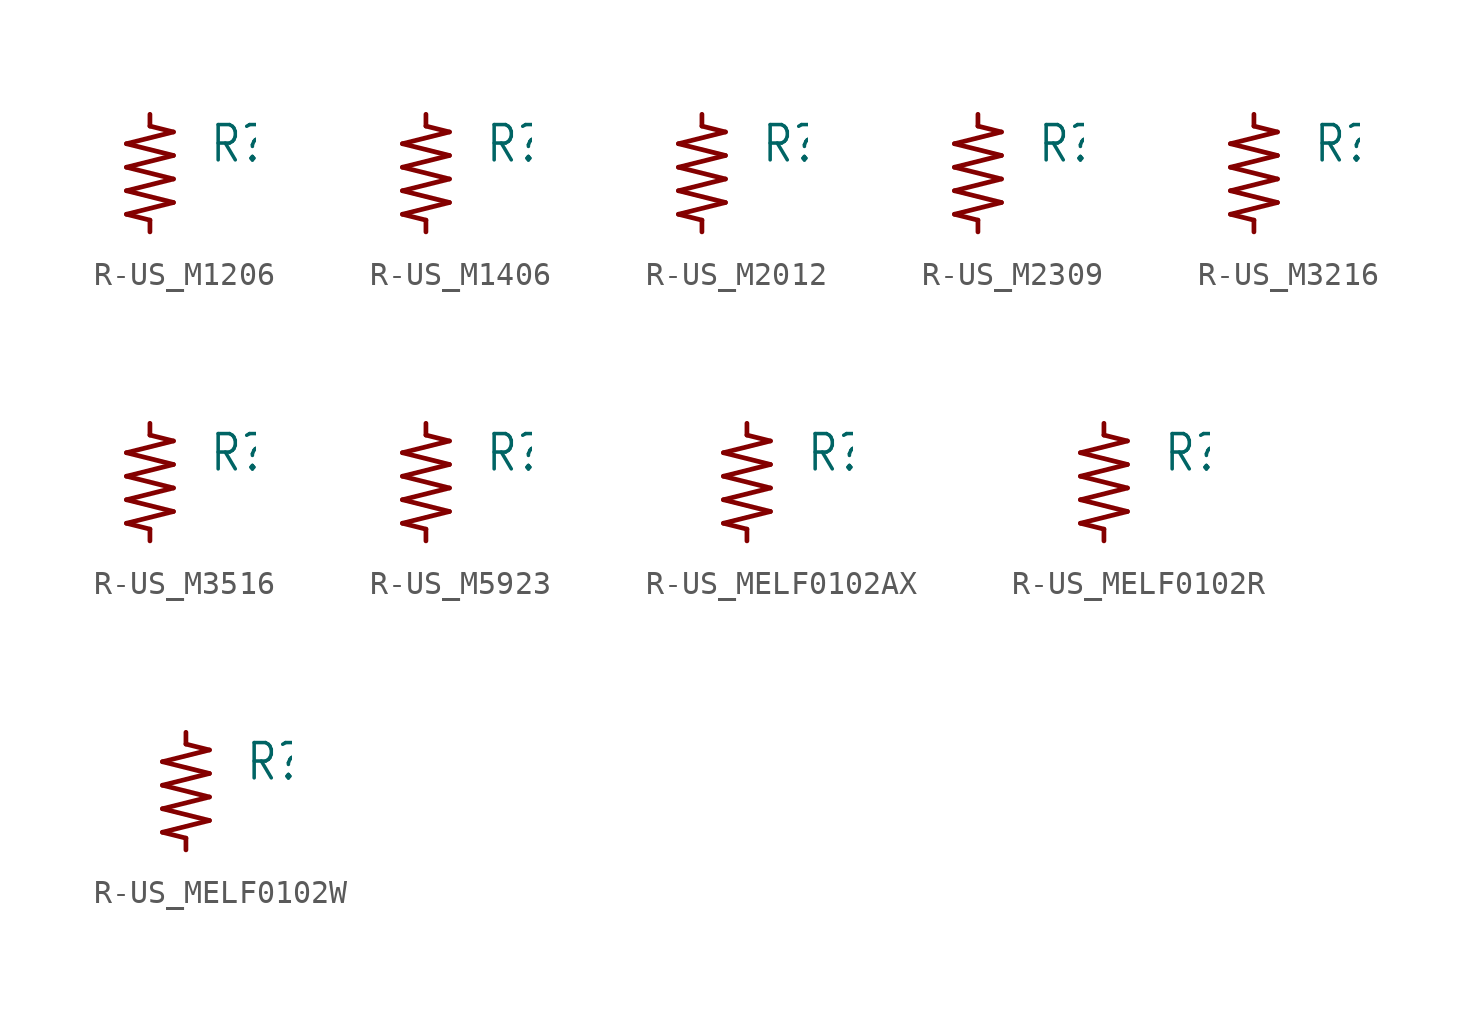
<source format=kicad_sym>
(kicad_symbol_lib
  (version 20220914)
  (generator kicad_symbol_editor)
  (symbol "R-US_M1206"
    (property "Reference" "R"
      (at 2.54 1.27 0)
      (effects (font (size 1.524 1.295)) (justify left)))
    (property "Value" ""
      (at 2.54 -1.27 0)
      (effects (font (size 1.524 1.295)) (justify left)))
    (property "ki_locked" ""
      (at 0 0 0)
      (effects (font (size 1.27 1.27))))
    (symbol "R-US_M1206_1_0"
      (polyline (pts (xy -1.016 -1.778) (xy 0 -2.032)) (stroke (width 0.203) (type solid)) (fill (type none)))
      (polyline (pts (xy -1.016 -0.762) (xy 1.016 -0.254)) (stroke (width 0.203) (type solid)) (fill (type none)))
      (polyline (pts (xy -1.016 0.254) (xy 1.016 0.762)) (stroke (width 0.203) (type solid)) (fill (type none)))
      (polyline (pts (xy -1.016 1.27) (xy 1.016 1.778)) (stroke (width 0.203) (type solid)) (fill (type none)))
      (polyline (pts (xy 0 -2.032) (xy 0 -2.54)) (stroke (width 0.203) (type solid)) (fill (type none)))
      (polyline (pts (xy 0 2.032) (xy 0 2.54)) (stroke (width 0.203) (type solid)) (fill (type none)))
      (polyline (pts (xy 1.016 -1.27) (xy -1.016 -1.778)) (stroke (width 0.203) (type solid)) (fill (type none)))
      (polyline (pts (xy 1.016 -1.27) (xy -1.016 -0.762)) (stroke (width 0.203) (type solid)) (fill (type none)))
      (polyline (pts (xy 1.016 -0.254) (xy -1.016 0.254)) (stroke (width 0.203) (type solid)) (fill (type none)))
      (polyline (pts (xy 1.016 0.762) (xy -1.016 1.27)) (stroke (width 0.203) (type solid)) (fill (type none)))
      (polyline (pts (xy 1.016 1.778) (xy 0 2.032)) (stroke (width 0.203) (type solid)) (fill (type none)))
      (pin passive line (at 0 -2.54 90) (length 0) (name "1" (effects (font (size 0 0)))) (number "1" (effects (font (size 0 0)))))
      (pin passive line (at 0 2.54 270) (length 0) (name "2" (effects (font (size 0 0)))) (number "2" (effects (font (size 0 0)))))))
  (symbol "R-US_M1406"
    (property "Reference" "R"
      (at 2.54 1.27 0)
      (effects (font (size 1.524 1.295)) (justify left)))
    (property "Value" ""
      (at 2.54 -1.27 0)
      (effects (font (size 1.524 1.295)) (justify left)))
    (property "ki_locked" ""
      (at 0 0 0)
      (effects (font (size 1.27 1.27))))
    (symbol "R-US_M1406_1_0"
      (polyline (pts (xy -1.016 -1.778) (xy 0 -2.032)) (stroke (width 0.203) (type solid)) (fill (type none)))
      (polyline (pts (xy -1.016 -0.762) (xy 1.016 -0.254)) (stroke (width 0.203) (type solid)) (fill (type none)))
      (polyline (pts (xy -1.016 0.254) (xy 1.016 0.762)) (stroke (width 0.203) (type solid)) (fill (type none)))
      (polyline (pts (xy -1.016 1.27) (xy 1.016 1.778)) (stroke (width 0.203) (type solid)) (fill (type none)))
      (polyline (pts (xy 0 -2.032) (xy 0 -2.54)) (stroke (width 0.203) (type solid)) (fill (type none)))
      (polyline (pts (xy 0 2.032) (xy 0 2.54)) (stroke (width 0.203) (type solid)) (fill (type none)))
      (polyline (pts (xy 1.016 -1.27) (xy -1.016 -1.778)) (stroke (width 0.203) (type solid)) (fill (type none)))
      (polyline (pts (xy 1.016 -1.27) (xy -1.016 -0.762)) (stroke (width 0.203) (type solid)) (fill (type none)))
      (polyline (pts (xy 1.016 -0.254) (xy -1.016 0.254)) (stroke (width 0.203) (type solid)) (fill (type none)))
      (polyline (pts (xy 1.016 0.762) (xy -1.016 1.27)) (stroke (width 0.203) (type solid)) (fill (type none)))
      (polyline (pts (xy 1.016 1.778) (xy 0 2.032)) (stroke (width 0.203) (type solid)) (fill (type none)))
      (pin passive line (at 0 -2.54 90) (length 0) (name "1" (effects (font (size 0 0)))) (number "1" (effects (font (size 0 0)))))
      (pin passive line (at 0 2.54 270) (length 0) (name "2" (effects (font (size 0 0)))) (number "2" (effects (font (size 0 0)))))))
  (symbol "R-US_M2012"
    (property "Reference" "R"
      (at 2.54 1.27 0)
      (effects (font (size 1.524 1.295)) (justify left)))
    (property "Value" ""
      (at 2.54 -1.27 0)
      (effects (font (size 1.524 1.295)) (justify left)))
    (property "ki_locked" ""
      (at 0 0 0)
      (effects (font (size 1.27 1.27))))
    (symbol "R-US_M2012_1_0"
      (polyline (pts (xy -1.016 -1.778) (xy 0 -2.032)) (stroke (width 0.203) (type solid)) (fill (type none)))
      (polyline (pts (xy -1.016 -0.762) (xy 1.016 -0.254)) (stroke (width 0.203) (type solid)) (fill (type none)))
      (polyline (pts (xy -1.016 0.254) (xy 1.016 0.762)) (stroke (width 0.203) (type solid)) (fill (type none)))
      (polyline (pts (xy -1.016 1.27) (xy 1.016 1.778)) (stroke (width 0.203) (type solid)) (fill (type none)))
      (polyline (pts (xy 0 -2.032) (xy 0 -2.54)) (stroke (width 0.203) (type solid)) (fill (type none)))
      (polyline (pts (xy 0 2.032) (xy 0 2.54)) (stroke (width 0.203) (type solid)) (fill (type none)))
      (polyline (pts (xy 1.016 -1.27) (xy -1.016 -1.778)) (stroke (width 0.203) (type solid)) (fill (type none)))
      (polyline (pts (xy 1.016 -1.27) (xy -1.016 -0.762)) (stroke (width 0.203) (type solid)) (fill (type none)))
      (polyline (pts (xy 1.016 -0.254) (xy -1.016 0.254)) (stroke (width 0.203) (type solid)) (fill (type none)))
      (polyline (pts (xy 1.016 0.762) (xy -1.016 1.27)) (stroke (width 0.203) (type solid)) (fill (type none)))
      (polyline (pts (xy 1.016 1.778) (xy 0 2.032)) (stroke (width 0.203) (type solid)) (fill (type none)))
      (pin passive line (at 0 -2.54 90) (length 0) (name "1" (effects (font (size 0 0)))) (number "1" (effects (font (size 0 0)))))
      (pin passive line (at 0 2.54 270) (length 0) (name "2" (effects (font (size 0 0)))) (number "2" (effects (font (size 0 0)))))))
  (symbol "R-US_M2309"
    (property "Reference" "R"
      (at 2.54 1.27 0)
      (effects (font (size 1.524 1.295)) (justify left)))
    (property "Value" ""
      (at 2.54 -1.27 0)
      (effects (font (size 1.524 1.295)) (justify left)))
    (property "ki_locked" ""
      (at 0 0 0)
      (effects (font (size 1.27 1.27))))
    (symbol "R-US_M2309_1_0"
      (polyline (pts (xy -1.016 -1.778) (xy 0 -2.032)) (stroke (width 0.203) (type solid)) (fill (type none)))
      (polyline (pts (xy -1.016 -0.762) (xy 1.016 -0.254)) (stroke (width 0.203) (type solid)) (fill (type none)))
      (polyline (pts (xy -1.016 0.254) (xy 1.016 0.762)) (stroke (width 0.203) (type solid)) (fill (type none)))
      (polyline (pts (xy -1.016 1.27) (xy 1.016 1.778)) (stroke (width 0.203) (type solid)) (fill (type none)))
      (polyline (pts (xy 0 -2.032) (xy 0 -2.54)) (stroke (width 0.203) (type solid)) (fill (type none)))
      (polyline (pts (xy 0 2.032) (xy 0 2.54)) (stroke (width 0.203) (type solid)) (fill (type none)))
      (polyline (pts (xy 1.016 -1.27) (xy -1.016 -1.778)) (stroke (width 0.203) (type solid)) (fill (type none)))
      (polyline (pts (xy 1.016 -1.27) (xy -1.016 -0.762)) (stroke (width 0.203) (type solid)) (fill (type none)))
      (polyline (pts (xy 1.016 -0.254) (xy -1.016 0.254)) (stroke (width 0.203) (type solid)) (fill (type none)))
      (polyline (pts (xy 1.016 0.762) (xy -1.016 1.27)) (stroke (width 0.203) (type solid)) (fill (type none)))
      (polyline (pts (xy 1.016 1.778) (xy 0 2.032)) (stroke (width 0.203) (type solid)) (fill (type none)))
      (pin passive line (at 0 -2.54 90) (length 0) (name "1" (effects (font (size 0 0)))) (number "1" (effects (font (size 0 0)))))
      (pin passive line (at 0 2.54 270) (length 0) (name "2" (effects (font (size 0 0)))) (number "2" (effects (font (size 0 0)))))))
  (symbol "R-US_M3216"
    (property "Reference" "R"
      (at 2.54 1.27 0)
      (effects (font (size 1.524 1.295)) (justify left)))
    (property "Value" ""
      (at 2.54 -1.27 0)
      (effects (font (size 1.524 1.295)) (justify left)))
    (property "ki_locked" ""
      (at 0 0 0)
      (effects (font (size 1.27 1.27))))
    (symbol "R-US_M3216_1_0"
      (polyline (pts (xy -1.016 -1.778) (xy 0 -2.032)) (stroke (width 0.203) (type solid)) (fill (type none)))
      (polyline (pts (xy -1.016 -0.762) (xy 1.016 -0.254)) (stroke (width 0.203) (type solid)) (fill (type none)))
      (polyline (pts (xy -1.016 0.254) (xy 1.016 0.762)) (stroke (width 0.203) (type solid)) (fill (type none)))
      (polyline (pts (xy -1.016 1.27) (xy 1.016 1.778)) (stroke (width 0.203) (type solid)) (fill (type none)))
      (polyline (pts (xy 0 -2.032) (xy 0 -2.54)) (stroke (width 0.203) (type solid)) (fill (type none)))
      (polyline (pts (xy 0 2.032) (xy 0 2.54)) (stroke (width 0.203) (type solid)) (fill (type none)))
      (polyline (pts (xy 1.016 -1.27) (xy -1.016 -1.778)) (stroke (width 0.203) (type solid)) (fill (type none)))
      (polyline (pts (xy 1.016 -1.27) (xy -1.016 -0.762)) (stroke (width 0.203) (type solid)) (fill (type none)))
      (polyline (pts (xy 1.016 -0.254) (xy -1.016 0.254)) (stroke (width 0.203) (type solid)) (fill (type none)))
      (polyline (pts (xy 1.016 0.762) (xy -1.016 1.27)) (stroke (width 0.203) (type solid)) (fill (type none)))
      (polyline (pts (xy 1.016 1.778) (xy 0 2.032)) (stroke (width 0.203) (type solid)) (fill (type none)))
      (pin passive line (at 0 -2.54 90) (length 0) (name "1" (effects (font (size 0 0)))) (number "1" (effects (font (size 0 0)))))
      (pin passive line (at 0 2.54 270) (length 0) (name "2" (effects (font (size 0 0)))) (number "2" (effects (font (size 0 0)))))))
  (symbol "R-US_M3516"
    (property "Reference" "R"
      (at 2.54 1.27 0)
      (effects (font (size 1.524 1.295)) (justify left)))
    (property "Value" ""
      (at 2.54 -1.27 0)
      (effects (font (size 1.524 1.295)) (justify left)))
    (property "ki_locked" ""
      (at 0 0 0)
      (effects (font (size 1.27 1.27))))
    (symbol "R-US_M3516_1_0"
      (polyline (pts (xy -1.016 -1.778) (xy 0 -2.032)) (stroke (width 0.203) (type solid)) (fill (type none)))
      (polyline (pts (xy -1.016 -0.762) (xy 1.016 -0.254)) (stroke (width 0.203) (type solid)) (fill (type none)))
      (polyline (pts (xy -1.016 0.254) (xy 1.016 0.762)) (stroke (width 0.203) (type solid)) (fill (type none)))
      (polyline (pts (xy -1.016 1.27) (xy 1.016 1.778)) (stroke (width 0.203) (type solid)) (fill (type none)))
      (polyline (pts (xy 0 -2.032) (xy 0 -2.54)) (stroke (width 0.203) (type solid)) (fill (type none)))
      (polyline (pts (xy 0 2.032) (xy 0 2.54)) (stroke (width 0.203) (type solid)) (fill (type none)))
      (polyline (pts (xy 1.016 -1.27) (xy -1.016 -1.778)) (stroke (width 0.203) (type solid)) (fill (type none)))
      (polyline (pts (xy 1.016 -1.27) (xy -1.016 -0.762)) (stroke (width 0.203) (type solid)) (fill (type none)))
      (polyline (pts (xy 1.016 -0.254) (xy -1.016 0.254)) (stroke (width 0.203) (type solid)) (fill (type none)))
      (polyline (pts (xy 1.016 0.762) (xy -1.016 1.27)) (stroke (width 0.203) (type solid)) (fill (type none)))
      (polyline (pts (xy 1.016 1.778) (xy 0 2.032)) (stroke (width 0.203) (type solid)) (fill (type none)))
      (pin passive line (at 0 -2.54 90) (length 0) (name "1" (effects (font (size 0 0)))) (number "1" (effects (font (size 0 0)))))
      (pin passive line (at 0 2.54 270) (length 0) (name "2" (effects (font (size 0 0)))) (number "2" (effects (font (size 0 0)))))))
  (symbol "R-US_M5923"
    (property "Reference" "R"
      (at 2.54 1.27 0)
      (effects (font (size 1.524 1.295)) (justify left)))
    (property "Value" ""
      (at 2.54 -1.27 0)
      (effects (font (size 1.524 1.295)) (justify left)))
    (property "ki_locked" ""
      (at 0 0 0)
      (effects (font (size 1.27 1.27))))
    (symbol "R-US_M5923_1_0"
      (polyline (pts (xy -1.016 -1.778) (xy 0 -2.032)) (stroke (width 0.203) (type solid)) (fill (type none)))
      (polyline (pts (xy -1.016 -0.762) (xy 1.016 -0.254)) (stroke (width 0.203) (type solid)) (fill (type none)))
      (polyline (pts (xy -1.016 0.254) (xy 1.016 0.762)) (stroke (width 0.203) (type solid)) (fill (type none)))
      (polyline (pts (xy -1.016 1.27) (xy 1.016 1.778)) (stroke (width 0.203) (type solid)) (fill (type none)))
      (polyline (pts (xy 0 -2.032) (xy 0 -2.54)) (stroke (width 0.203) (type solid)) (fill (type none)))
      (polyline (pts (xy 0 2.032) (xy 0 2.54)) (stroke (width 0.203) (type solid)) (fill (type none)))
      (polyline (pts (xy 1.016 -1.27) (xy -1.016 -1.778)) (stroke (width 0.203) (type solid)) (fill (type none)))
      (polyline (pts (xy 1.016 -1.27) (xy -1.016 -0.762)) (stroke (width 0.203) (type solid)) (fill (type none)))
      (polyline (pts (xy 1.016 -0.254) (xy -1.016 0.254)) (stroke (width 0.203) (type solid)) (fill (type none)))
      (polyline (pts (xy 1.016 0.762) (xy -1.016 1.27)) (stroke (width 0.203) (type solid)) (fill (type none)))
      (polyline (pts (xy 1.016 1.778) (xy 0 2.032)) (stroke (width 0.203) (type solid)) (fill (type none)))
      (pin passive line (at 0 -2.54 90) (length 0) (name "1" (effects (font (size 0 0)))) (number "1" (effects (font (size 0 0)))))
      (pin passive line (at 0 2.54 270) (length 0) (name "2" (effects (font (size 0 0)))) (number "2" (effects (font (size 0 0)))))))
  (symbol "R-US_MELF0102AX"
    (property "Reference" "R"
      (at 2.54 1.27 0)
      (effects (font (size 1.524 1.295)) (justify left)))
    (property "Value" ""
      (at 2.54 -1.27 0)
      (effects (font (size 1.524 1.295)) (justify left)))
    (property "ki_locked" ""
      (at 0 0 0)
      (effects (font (size 1.27 1.27))))
    (symbol "R-US_MELF0102AX_1_0"
      (polyline (pts (xy -1.016 -1.778) (xy 0 -2.032)) (stroke (width 0.203) (type solid)) (fill (type none)))
      (polyline (pts (xy -1.016 -0.762) (xy 1.016 -0.254)) (stroke (width 0.203) (type solid)) (fill (type none)))
      (polyline (pts (xy -1.016 0.254) (xy 1.016 0.762)) (stroke (width 0.203) (type solid)) (fill (type none)))
      (polyline (pts (xy -1.016 1.27) (xy 1.016 1.778)) (stroke (width 0.203) (type solid)) (fill (type none)))
      (polyline (pts (xy 0 -2.032) (xy 0 -2.54)) (stroke (width 0.203) (type solid)) (fill (type none)))
      (polyline (pts (xy 0 2.032) (xy 0 2.54)) (stroke (width 0.203) (type solid)) (fill (type none)))
      (polyline (pts (xy 1.016 -1.27) (xy -1.016 -1.778)) (stroke (width 0.203) (type solid)) (fill (type none)))
      (polyline (pts (xy 1.016 -1.27) (xy -1.016 -0.762)) (stroke (width 0.203) (type solid)) (fill (type none)))
      (polyline (pts (xy 1.016 -0.254) (xy -1.016 0.254)) (stroke (width 0.203) (type solid)) (fill (type none)))
      (polyline (pts (xy 1.016 0.762) (xy -1.016 1.27)) (stroke (width 0.203) (type solid)) (fill (type none)))
      (polyline (pts (xy 1.016 1.778) (xy 0 2.032)) (stroke (width 0.203) (type solid)) (fill (type none)))
      (pin passive line (at 0 -2.54 90) (length 0) (name "1" (effects (font (size 0 0)))) (number "1" (effects (font (size 0 0)))))
      (pin passive line (at 0 2.54 270) (length 0) (name "2" (effects (font (size 0 0)))) (number "2" (effects (font (size 0 0)))))))
  (symbol "R-US_MELF0102R"
    (property "Reference" "R"
      (at 2.54 1.27 0)
      (effects (font (size 1.524 1.295)) (justify left)))
    (property "Value" ""
      (at 2.54 -1.27 0)
      (effects (font (size 1.524 1.295)) (justify left)))
    (property "ki_locked" ""
      (at 0 0 0)
      (effects (font (size 1.27 1.27))))
    (symbol "R-US_MELF0102R_1_0"
      (polyline (pts (xy -1.016 -1.778) (xy 0 -2.032)) (stroke (width 0.203) (type solid)) (fill (type none)))
      (polyline (pts (xy -1.016 -0.762) (xy 1.016 -0.254)) (stroke (width 0.203) (type solid)) (fill (type none)))
      (polyline (pts (xy -1.016 0.254) (xy 1.016 0.762)) (stroke (width 0.203) (type solid)) (fill (type none)))
      (polyline (pts (xy -1.016 1.27) (xy 1.016 1.778)) (stroke (width 0.203) (type solid)) (fill (type none)))
      (polyline (pts (xy 0 -2.032) (xy 0 -2.54)) (stroke (width 0.203) (type solid)) (fill (type none)))
      (polyline (pts (xy 0 2.032) (xy 0 2.54)) (stroke (width 0.203) (type solid)) (fill (type none)))
      (polyline (pts (xy 1.016 -1.27) (xy -1.016 -1.778)) (stroke (width 0.203) (type solid)) (fill (type none)))
      (polyline (pts (xy 1.016 -1.27) (xy -1.016 -0.762)) (stroke (width 0.203) (type solid)) (fill (type none)))
      (polyline (pts (xy 1.016 -0.254) (xy -1.016 0.254)) (stroke (width 0.203) (type solid)) (fill (type none)))
      (polyline (pts (xy 1.016 0.762) (xy -1.016 1.27)) (stroke (width 0.203) (type solid)) (fill (type none)))
      (polyline (pts (xy 1.016 1.778) (xy 0 2.032)) (stroke (width 0.203) (type solid)) (fill (type none)))
      (pin passive line (at 0 -2.54 90) (length 0) (name "1" (effects (font (size 0 0)))) (number "1" (effects (font (size 0 0)))))
      (pin passive line (at 0 2.54 270) (length 0) (name "2" (effects (font (size 0 0)))) (number "2" (effects (font (size 0 0)))))))
  (symbol "R-US_MELF0102W"
    (property "Reference" "R"
      (at 2.54 1.27 0)
      (effects (font (size 1.524 1.295)) (justify left)))
    (property "Value" ""
      (at 2.54 -1.27 0)
      (effects (font (size 1.524 1.295)) (justify left)))
    (property "ki_locked" ""
      (at 0 0 0)
      (effects (font (size 1.27 1.27))))
    (symbol "R-US_MELF0102W_1_0"
      (polyline (pts (xy -1.016 -1.778) (xy 0 -2.032)) (stroke (width 0.203) (type solid)) (fill (type none)))
      (polyline (pts (xy -1.016 -0.762) (xy 1.016 -0.254)) (stroke (width 0.203) (type solid)) (fill (type none)))
      (polyline (pts (xy -1.016 0.254) (xy 1.016 0.762)) (stroke (width 0.203) (type solid)) (fill (type none)))
      (polyline (pts (xy -1.016 1.27) (xy 1.016 1.778)) (stroke (width 0.203) (type solid)) (fill (type none)))
      (polyline (pts (xy 0 -2.032) (xy 0 -2.54)) (stroke (width 0.203) (type solid)) (fill (type none)))
      (polyline (pts (xy 0 2.032) (xy 0 2.54)) (stroke (width 0.203) (type solid)) (fill (type none)))
      (polyline (pts (xy 1.016 -1.27) (xy -1.016 -1.778)) (stroke (width 0.203) (type solid)) (fill (type none)))
      (polyline (pts (xy 1.016 -1.27) (xy -1.016 -0.762)) (stroke (width 0.203) (type solid)) (fill (type none)))
      (polyline (pts (xy 1.016 -0.254) (xy -1.016 0.254)) (stroke (width 0.203) (type solid)) (fill (type none)))
      (polyline (pts (xy 1.016 0.762) (xy -1.016 1.27)) (stroke (width 0.203) (type solid)) (fill (type none)))
      (polyline (pts (xy 1.016 1.778) (xy 0 2.032)) (stroke (width 0.203) (type solid)) (fill (type none)))
      (pin passive line (at 0 -2.54 90) (length 0) (name "1" (effects (font (size 0 0)))) (number "1" (effects (font (size 0 0)))))
      (pin passive line (at 0 2.54 270) (length 0) (name "2" (effects (font (size 0 0)))) (number "2" (effects (font (size 0 0))))))))
</source>
